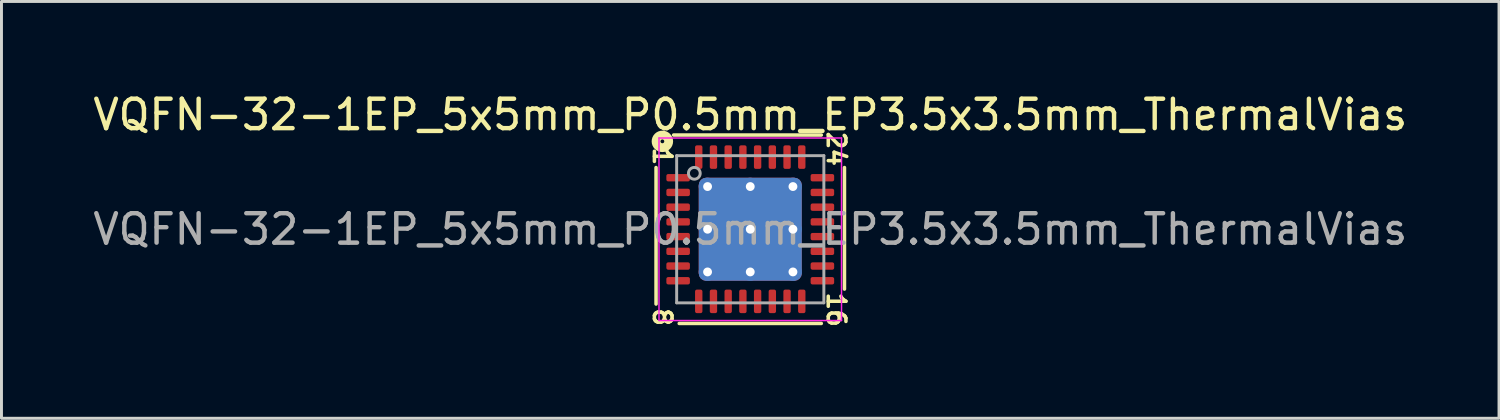
<source format=kicad_pcb>
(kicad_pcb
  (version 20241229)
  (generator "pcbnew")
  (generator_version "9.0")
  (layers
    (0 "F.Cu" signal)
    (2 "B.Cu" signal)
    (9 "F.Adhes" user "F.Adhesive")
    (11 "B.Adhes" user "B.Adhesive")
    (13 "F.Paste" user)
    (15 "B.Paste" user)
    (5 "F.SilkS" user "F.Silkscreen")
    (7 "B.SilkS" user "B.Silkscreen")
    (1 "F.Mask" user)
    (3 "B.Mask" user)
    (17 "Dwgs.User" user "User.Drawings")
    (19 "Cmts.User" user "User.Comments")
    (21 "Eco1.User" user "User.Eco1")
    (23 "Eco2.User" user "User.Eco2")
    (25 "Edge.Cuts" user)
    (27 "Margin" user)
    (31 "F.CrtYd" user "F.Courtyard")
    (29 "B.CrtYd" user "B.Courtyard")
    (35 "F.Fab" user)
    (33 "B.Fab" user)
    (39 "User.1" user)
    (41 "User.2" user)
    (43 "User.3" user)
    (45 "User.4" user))
  (footprint "VQFN-32-1EP_5x5mm_P0.5mm_EP3.5x3.5mm_ThermalVias"
    (layer "F.Cu")
    (at 22.435 4.737)
    (property "Reference" "VQFN-32-1EP_5x5mm_P0.5mm_EP3.5x3.5mm_ThermalVias" (at 0 -3.889 0) (layer "F.SilkS") (effects (font (size 1 1) (thickness 0.15))))
    (attr smd)
    (fp_line (start -3.2 -2.095) (end -3.2 2.54) (stroke (width 0.12) (type solid)) (layer "F.SilkS"))
    (fp_line (start -2.413 3.2) (end 2.413 3.2) (stroke (width 0.12) (type solid)) (layer "F.SilkS"))
    (fp_line (start 2.413 -3.2) (end -2.603 -3.2) (stroke (width 0.12) (type solid)) (layer "F.SilkS"))
    (fp_line (start 3.2 2.032) (end 3.2 -2.095) (stroke (width 0.12) (type solid)) (layer "F.SilkS"))
    (fp_circle (center -2.985 -2.985) (end -2.921 -2.985) (stroke (width 0.3) (type solid)) (fill no) (layer "F.SilkS"))
    (fp_line (start -3.1 -3.1) (end -3.1 3.1) (stroke (width 0.05) (type solid)) (layer "F.CrtYd"))
    (fp_line (start -3.1 3.1) (end 3.1 3.1) (stroke (width 0.05) (type solid)) (layer "F.CrtYd"))
    (fp_line (start 3.1 -3.1) (end -3.1 -3.1) (stroke (width 0.05) (type solid)) (layer "F.CrtYd"))
    (fp_line (start 3.1 3.1) (end 3.1 -3.1) (stroke (width 0.05) (type solid)) (layer "F.CrtYd"))
    (fp_line (start -2.5 -2.5) (end 2.5 -2.5) (stroke (width 0.1) (type solid)) (layer "F.Fab"))
    (fp_line (start -2.5 2.5) (end -2.5 -2.5) (stroke (width 0.1) (type solid)) (layer "F.Fab"))
    (fp_line (start 2.5 -2.5) (end 2.5 2.5) (stroke (width 0.1) (type solid)) (layer "F.Fab"))
    (fp_line (start 2.5 2.5) (end -2.5 2.5) (stroke (width 0.1) (type solid)) (layer "F.Fab"))
    (fp_circle (center -1.9 -1.9) (end -1.7 -1.9) (stroke (width 0.1) (type solid)) (fill no) (layer "F.Fab"))
    (fp_text user "16" (at 2.921 2.731 270) (unlocked yes) (layer "F.SilkS") (effects (font (size 0.6 0.6) (thickness 0.12))))
    (fp_text user "8" (at -2.985 2.985 270) (unlocked yes) (layer "F.SilkS") (effects (font (size 0.6 0.6) (thickness 0.12))))
    (fp_text user "1" (at -2.985 -2.477 270) (unlocked yes) (layer "F.SilkS") (effects (font (size 0.6 0.6) (thickness 0.12))))
    (fp_text user "24" (at 2.921 -2.731 270) (unlocked yes) (layer "F.SilkS") (effects (font (size 0.6 0.6) (thickness 0.12))))
    (fp_text user "${REFERENCE}" (at 0 0 0) (layer "F.Fab") (effects (font (size 1 1) (thickness 0.15))))
    (pad "" smd roundrect (at -0.875 -0.875) (size 1.46 1.46) (layers "F.Paste") (roundrect_rratio 0.171))
    (pad "" smd roundrect (at -0.875 0.875) (size 1.46 1.46) (layers "F.Paste") (roundrect_rratio 0.171))
    (pad "" smd roundrect (at 0.875 -0.875) (size 1.46 1.46) (layers "F.Paste") (roundrect_rratio 0.171))
    (pad "" smd roundrect (at 0.875 0.875) (size 1.46 1.46) (layers "F.Paste") (roundrect_rratio 0.171))
    (pad "1" smd roundrect (at -2.45 -1.75) (size 0.8 0.25) (layers "F.Cu" "F.Mask" "F.Paste") (roundrect_rratio 0.25))
    (pad "2" smd roundrect (at -2.45 -1.25) (size 0.8 0.25) (layers "F.Cu" "F.Mask" "F.Paste") (roundrect_rratio 0.25))
    (pad "3" smd roundrect (at -2.45 -0.75) (size 0.8 0.25) (layers "F.Cu" "F.Mask" "F.Paste") (roundrect_rratio 0.25))
    (pad "4" smd roundrect (at -2.45 -0.25) (size 0.8 0.25) (layers "F.Cu" "F.Mask" "F.Paste") (roundrect_rratio 0.25))
    (pad "5" smd roundrect (at -2.45 0.25) (size 0.8 0.25) (layers "F.Cu" "F.Mask" "F.Paste") (roundrect_rratio 0.25))
    (pad "6" smd roundrect (at -2.45 0.75) (size 0.8 0.25) (layers "F.Cu" "F.Mask" "F.Paste") (roundrect_rratio 0.25))
    (pad "7" smd roundrect (at -2.45 1.25) (size 0.8 0.25) (layers "F.Cu" "F.Mask" "F.Paste") (roundrect_rratio 0.25))
    (pad "8" smd roundrect (at -2.45 1.75) (size 0.8 0.25) (layers "F.Cu" "F.Mask" "F.Paste") (roundrect_rratio 0.25))
    (pad "9" smd roundrect (at -1.75 2.45) (size 0.25 0.8) (layers "F.Cu" "F.Mask" "F.Paste") (roundrect_rratio 0.25))
    (pad "10" smd roundrect (at -1.25 2.45) (size 0.25 0.8) (layers "F.Cu" "F.Mask" "F.Paste") (roundrect_rratio 0.25))
    (pad "11" smd roundrect (at -0.75 2.45) (size 0.25 0.8) (layers "F.Cu" "F.Mask" "F.Paste") (roundrect_rratio 0.25))
    (pad "12" smd roundrect (at -0.25 2.45) (size 0.25 0.8) (layers "F.Cu" "F.Mask" "F.Paste") (roundrect_rratio 0.25))
    (pad "13" smd roundrect (at 0.25 2.45) (size 0.25 0.8) (layers "F.Cu" "F.Mask" "F.Paste") (roundrect_rratio 0.25))
    (pad "14" smd roundrect (at 0.75 2.45) (size 0.25 0.8) (layers "F.Cu" "F.Mask" "F.Paste") (roundrect_rratio 0.25))
    (pad "15" smd roundrect (at 1.25 2.45) (size 0.25 0.8) (layers "F.Cu" "F.Mask" "F.Paste") (roundrect_rratio 0.25))
    (pad "16" smd roundrect (at 1.75 2.45) (size 0.25 0.8) (layers "F.Cu" "F.Mask" "F.Paste") (roundrect_rratio 0.25))
    (pad "17" smd roundrect (at 2.45 1.75) (size 0.8 0.25) (layers "F.Cu" "F.Mask" "F.Paste") (roundrect_rratio 0.25))
    (pad "18" smd roundrect (at 2.45 1.25) (size 0.8 0.25) (layers "F.Cu" "F.Mask" "F.Paste") (roundrect_rratio 0.25))
    (pad "19" smd roundrect (at 2.45 0.75) (size 0.8 0.25) (layers "F.Cu" "F.Mask" "F.Paste") (roundrect_rratio 0.25))
    (pad "20" smd roundrect (at 2.45 0.25) (size 0.8 0.25) (layers "F.Cu" "F.Mask" "F.Paste") (roundrect_rratio 0.25))
    (pad "21" smd roundrect (at 2.45 -0.25) (size 0.8 0.25) (layers "F.Cu" "F.Mask" "F.Paste") (roundrect_rratio 0.25))
    (pad "22" smd roundrect (at 2.45 -0.75) (size 0.8 0.25) (layers "F.Cu" "F.Mask" "F.Paste") (roundrect_rratio 0.25))
    (pad "23" smd roundrect (at 2.45 -1.25) (size 0.8 0.25) (layers "F.Cu" "F.Mask" "F.Paste") (roundrect_rratio 0.25))
    (pad "24" smd roundrect (at 2.45 -1.75) (size 0.8 0.25) (layers "F.Cu" "F.Mask" "F.Paste") (roundrect_rratio 0.25))
    (pad "25" smd roundrect (at 1.75 -2.45) (size 0.25 0.8) (layers "F.Cu" "F.Mask" "F.Paste") (roundrect_rratio 0.25))
    (pad "26" smd roundrect (at 1.25 -2.45) (size 0.25 0.8) (layers "F.Cu" "F.Mask" "F.Paste") (roundrect_rratio 0.25))
    (pad "27" smd roundrect (at 0.75 -2.45) (size 0.25 0.8) (layers "F.Cu" "F.Mask" "F.Paste") (roundrect_rratio 0.25))
    (pad "28" smd roundrect (at 0.25 -2.45) (size 0.25 0.8) (layers "F.Cu" "F.Mask" "F.Paste") (roundrect_rratio 0.25))
    (pad "29" smd roundrect (at -0.25 -2.45) (size 0.25 0.8) (layers "F.Cu" "F.Mask" "F.Paste") (roundrect_rratio 0.25))
    (pad "30" smd roundrect (at -0.75 -2.45) (size 0.25 0.8) (layers "F.Cu" "F.Mask" "F.Paste") (roundrect_rratio 0.25))
    (pad "31" smd roundrect (at -1.25 -2.45) (size 0.25 0.8) (layers "F.Cu" "F.Mask" "F.Paste") (roundrect_rratio 0.25))
    (pad "32" smd roundrect (at -1.75 -2.45) (size 0.25 0.8) (layers "F.Cu" "F.Mask" "F.Paste") (roundrect_rratio 0.25))
    (pad "33" thru_hole circle (at -1.45 -1.45) (size 0.6 0.6) (drill 0.3) (property pad_prop_heatsink) (layers "*.Cu"))
    (pad "33" thru_hole circle (at -1.45 0) (size 0.6 0.6) (drill 0.3) (property pad_prop_heatsink) (layers "*.Cu"))
    (pad "33" thru_hole circle (at -1.45 1.45) (size 0.6 0.6) (drill 0.3) (property pad_prop_heatsink) (layers "*.Cu"))
    (pad "33" thru_hole circle (at 0 -1.45) (size 0.6 0.6) (drill 0.3) (property pad_prop_heatsink) (layers "*.Cu"))
    (pad "33" thru_hole circle (at 0 0) (size 0.6 0.6) (drill 0.3) (property pad_prop_heatsink) (layers "*.Cu"))
    (pad "33" smd roundrect (at 0 0) (size 3.5 3.5) (layers "F.Cu" "F.Mask") (roundrect_rratio 0.071))
    (pad "33" smd roundrect (at 0 0) (size 3.5 3.5) (layers "B.Cu" "B.Mask") (roundrect_rratio 0.071))
    (pad "33" thru_hole circle (at 0 1.45) (size 0.6 0.6) (drill 0.3) (property pad_prop_heatsink) (layers "*.Cu"))
    (pad "33" thru_hole circle (at 1.45 -1.45) (size 0.6 0.6) (drill 0.3) (property pad_prop_heatsink) (layers "*.Cu"))
    (pad "33" thru_hole circle (at 1.45 0) (size 0.6 0.6) (drill 0.3) (property pad_prop_heatsink) (layers "*.Cu"))
    (pad "33" thru_hole circle (at 1.45 1.45) (size 0.6 0.6) (drill 0.3) (property pad_prop_heatsink) (layers "*.Cu")))
  (gr_rect
    (start -3 -3)
    (end 47.869 11.159)
    (stroke (width 0.1) (type default))
    (fill no)
    (layer "Edge.Cuts")))
</source>
